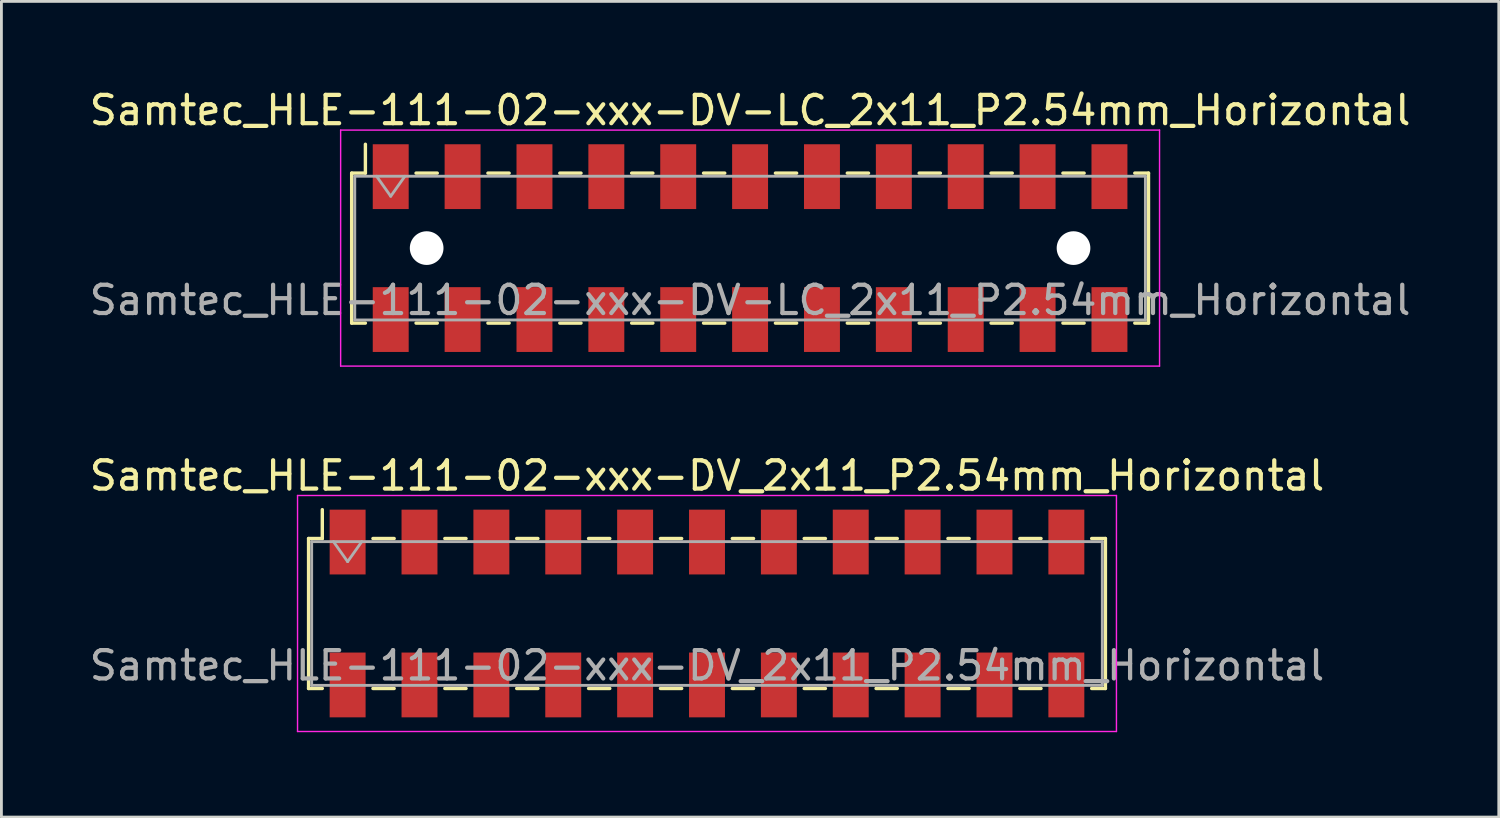
<source format=kicad_pcb>
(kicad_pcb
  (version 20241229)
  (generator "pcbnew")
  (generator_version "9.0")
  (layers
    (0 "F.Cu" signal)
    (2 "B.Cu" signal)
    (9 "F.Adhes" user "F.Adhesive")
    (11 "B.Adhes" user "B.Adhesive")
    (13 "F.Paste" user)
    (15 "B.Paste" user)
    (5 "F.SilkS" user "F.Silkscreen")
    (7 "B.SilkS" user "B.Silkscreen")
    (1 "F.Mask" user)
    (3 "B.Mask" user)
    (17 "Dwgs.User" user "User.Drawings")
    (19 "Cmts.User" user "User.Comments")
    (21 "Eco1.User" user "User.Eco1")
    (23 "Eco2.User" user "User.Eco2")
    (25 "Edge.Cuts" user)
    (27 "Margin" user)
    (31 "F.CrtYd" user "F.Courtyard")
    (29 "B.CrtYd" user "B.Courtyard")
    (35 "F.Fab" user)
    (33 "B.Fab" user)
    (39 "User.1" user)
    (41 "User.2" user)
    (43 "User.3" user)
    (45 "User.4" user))
  (footprint "Samtec_HLE-111-02-xxx-DV_2x11_P2.54mm_Horizontal"
    (layer "F.Cu")
    (at 21.935 18.631)
    (property "Reference" "Samtec_HLE-111-02-xxx-DV_2x11_P2.54mm_Horizontal" (at 0 -4.87 0) (layer "F.SilkS") (effects (font (size 1 1) (thickness 0.15))))
    (attr smd)
    (fp_line (start -14.08 -2.65) (end -14.08 2.65) (stroke (width 0.12) (type solid)) (layer "F.SilkS"))
    (fp_line (start -14.08 2.65) (end -13.595 2.65) (stroke (width 0.12) (type solid)) (layer "F.SilkS"))
    (fp_line (start -13.595 -3.67) (end -13.595 -2.65) (stroke (width 0.12) (type solid)) (layer "F.SilkS"))
    (fp_line (start -13.595 -2.65) (end -14.08 -2.65) (stroke (width 0.12) (type solid)) (layer "F.SilkS"))
    (fp_line (start -11.805 -2.65) (end -11.055 -2.65) (stroke (width 0.12) (type solid)) (layer "F.SilkS"))
    (fp_line (start -11.805 2.65) (end -11.055 2.65) (stroke (width 0.12) (type solid)) (layer "F.SilkS"))
    (fp_line (start -9.265 -2.65) (end -8.515 -2.65) (stroke (width 0.12) (type solid)) (layer "F.SilkS"))
    (fp_line (start -9.265 2.65) (end -8.515 2.65) (stroke (width 0.12) (type solid)) (layer "F.SilkS"))
    (fp_line (start -6.725 -2.65) (end -5.975 -2.65) (stroke (width 0.12) (type solid)) (layer "F.SilkS"))
    (fp_line (start -6.725 2.65) (end -5.975 2.65) (stroke (width 0.12) (type solid)) (layer "F.SilkS"))
    (fp_line (start -4.185 -2.65) (end -3.435 -2.65) (stroke (width 0.12) (type solid)) (layer "F.SilkS"))
    (fp_line (start -4.185 2.65) (end -3.435 2.65) (stroke (width 0.12) (type solid)) (layer "F.SilkS"))
    (fp_line (start -1.645 -2.65) (end -0.895 -2.65) (stroke (width 0.12) (type solid)) (layer "F.SilkS"))
    (fp_line (start -1.645 2.65) (end -0.895 2.65) (stroke (width 0.12) (type solid)) (layer "F.SilkS"))
    (fp_line (start 0.895 -2.65) (end 1.645 -2.65) (stroke (width 0.12) (type solid)) (layer "F.SilkS"))
    (fp_line (start 0.895 2.65) (end 1.645 2.65) (stroke (width 0.12) (type solid)) (layer "F.SilkS"))
    (fp_line (start 3.435 -2.65) (end 4.185 -2.65) (stroke (width 0.12) (type solid)) (layer "F.SilkS"))
    (fp_line (start 3.435 2.65) (end 4.185 2.65) (stroke (width 0.12) (type solid)) (layer "F.SilkS"))
    (fp_line (start 5.975 -2.65) (end 6.725 -2.65) (stroke (width 0.12) (type solid)) (layer "F.SilkS"))
    (fp_line (start 5.975 2.65) (end 6.725 2.65) (stroke (width 0.12) (type solid)) (layer "F.SilkS"))
    (fp_line (start 8.515 -2.65) (end 9.265 -2.65) (stroke (width 0.12) (type solid)) (layer "F.SilkS"))
    (fp_line (start 8.515 2.65) (end 9.265 2.65) (stroke (width 0.12) (type solid)) (layer "F.SilkS"))
    (fp_line (start 11.055 -2.65) (end 11.805 -2.65) (stroke (width 0.12) (type solid)) (layer "F.SilkS"))
    (fp_line (start 11.055 2.65) (end 11.805 2.65) (stroke (width 0.12) (type solid)) (layer "F.SilkS"))
    (fp_line (start 13.595 -2.65) (end 14.08 -2.65) (stroke (width 0.12) (type solid)) (layer "F.SilkS"))
    (fp_line (start 14.08 -2.65) (end 14.08 2.65) (stroke (width 0.12) (type solid)) (layer "F.SilkS"))
    (fp_line (start 14.08 2.65) (end 13.595 2.65) (stroke (width 0.12) (type solid)) (layer "F.SilkS"))
    (fp_line (start -14.47 -4.17) (end 14.47 -4.17) (stroke (width 0.05) (type solid)) (layer "F.CrtYd"))
    (fp_line (start -14.47 4.17) (end -14.47 -4.17) (stroke (width 0.05) (type solid)) (layer "F.CrtYd"))
    (fp_line (start 14.47 -4.17) (end 14.47 4.17) (stroke (width 0.05) (type solid)) (layer "F.CrtYd"))
    (fp_line (start 14.47 4.17) (end -14.47 4.17) (stroke (width 0.05) (type solid)) (layer "F.CrtYd"))
    (fp_line (start -13.97 -2.54) (end 13.97 -2.54) (stroke (width 0.1) (type solid)) (layer "F.Fab"))
    (fp_line (start -13.97 2.54) (end -13.97 -2.54) (stroke (width 0.1) (type solid)) (layer "F.Fab"))
    (fp_line (start -13.2 -2.54) (end -12.7 -1.833) (stroke (width 0.1) (type solid)) (layer "F.Fab"))
    (fp_line (start -12.7 -1.833) (end -12.2 -2.54) (stroke (width 0.1) (type solid)) (layer "F.Fab"))
    (fp_line (start 13.97 -2.54) (end 13.97 2.54) (stroke (width 0.1) (type solid)) (layer "F.Fab"))
    (fp_line (start 13.97 2.54) (end -13.97 2.54) (stroke (width 0.1) (type solid)) (layer "F.Fab"))
    (fp_text user "${REFERENCE}" (at 0 1.84 0) (layer "F.Fab") (effects (font (size 1 1) (thickness 0.15))))
    (pad "1" smd rect (at -12.7 -2.525) (size 1.27 2.29) (layers "F.Cu" "F.Mask" "F.Paste"))
    (pad "2" smd rect (at -12.7 2.525) (size 1.27 2.29) (layers "F.Cu" "F.Mask" "F.Paste"))
    (pad "3" smd rect (at -10.16 -2.525) (size 1.27 2.29) (layers "F.Cu" "F.Mask" "F.Paste"))
    (pad "4" smd rect (at -10.16 2.525) (size 1.27 2.29) (layers "F.Cu" "F.Mask" "F.Paste"))
    (pad "5" smd rect (at -7.62 -2.525) (size 1.27 2.29) (layers "F.Cu" "F.Mask" "F.Paste"))
    (pad "6" smd rect (at -7.62 2.525) (size 1.27 2.29) (layers "F.Cu" "F.Mask" "F.Paste"))
    (pad "7" smd rect (at -5.08 -2.525) (size 1.27 2.29) (layers "F.Cu" "F.Mask" "F.Paste"))
    (pad "8" smd rect (at -5.08 2.525) (size 1.27 2.29) (layers "F.Cu" "F.Mask" "F.Paste"))
    (pad "9" smd rect (at -2.54 -2.525) (size 1.27 2.29) (layers "F.Cu" "F.Mask" "F.Paste"))
    (pad "10" smd rect (at -2.54 2.525) (size 1.27 2.29) (layers "F.Cu" "F.Mask" "F.Paste"))
    (pad "11" smd rect (at 0 -2.525) (size 1.27 2.29) (layers "F.Cu" "F.Mask" "F.Paste"))
    (pad "12" smd rect (at 0 2.525) (size 1.27 2.29) (layers "F.Cu" "F.Mask" "F.Paste"))
    (pad "13" smd rect (at 2.54 -2.525) (size 1.27 2.29) (layers "F.Cu" "F.Mask" "F.Paste"))
    (pad "14" smd rect (at 2.54 2.525) (size 1.27 2.29) (layers "F.Cu" "F.Mask" "F.Paste"))
    (pad "15" smd rect (at 5.08 -2.525) (size 1.27 2.29) (layers "F.Cu" "F.Mask" "F.Paste"))
    (pad "16" smd rect (at 5.08 2.525) (size 1.27 2.29) (layers "F.Cu" "F.Mask" "F.Paste"))
    (pad "17" smd rect (at 7.62 -2.525) (size 1.27 2.29) (layers "F.Cu" "F.Mask" "F.Paste"))
    (pad "18" smd rect (at 7.62 2.525) (size 1.27 2.29) (layers "F.Cu" "F.Mask" "F.Paste"))
    (pad "19" smd rect (at 10.16 -2.525) (size 1.27 2.29) (layers "F.Cu" "F.Mask" "F.Paste"))
    (pad "20" smd rect (at 10.16 2.525) (size 1.27 2.29) (layers "F.Cu" "F.Mask" "F.Paste"))
    (pad "21" smd rect (at 12.7 -2.525) (size 1.27 2.29) (layers "F.Cu" "F.Mask" "F.Paste"))
    (pad "22" smd rect (at 12.7 2.525) (size 1.27 2.29) (layers "F.Cu" "F.Mask" "F.Paste")))
  (footprint "Samtec_HLE-111-02-xxx-DV-LC_2x11_P2.54mm_Horizontal"
    (layer "F.Cu")
    (at 23.458 5.718)
    (property "Reference" "Samtec_HLE-111-02-xxx-DV-LC_2x11_P2.54mm_Horizontal" (at 0 -4.87 0) (layer "F.SilkS") (effects (font (size 1 1) (thickness 0.15))))
    (attr smd)
    (fp_line (start -14.08 -2.65) (end -14.08 2.65) (stroke (width 0.12) (type solid)) (layer "F.SilkS"))
    (fp_line (start -14.08 2.65) (end -13.595 2.65) (stroke (width 0.12) (type solid)) (layer "F.SilkS"))
    (fp_line (start -13.595 -3.67) (end -13.595 -2.65) (stroke (width 0.12) (type solid)) (layer "F.SilkS"))
    (fp_line (start -13.595 -2.65) (end -14.08 -2.65) (stroke (width 0.12) (type solid)) (layer "F.SilkS"))
    (fp_line (start -11.805 -2.65) (end -11.055 -2.65) (stroke (width 0.12) (type solid)) (layer "F.SilkS"))
    (fp_line (start -11.805 2.65) (end -11.055 2.65) (stroke (width 0.12) (type solid)) (layer "F.SilkS"))
    (fp_line (start -9.265 -2.65) (end -8.515 -2.65) (stroke (width 0.12) (type solid)) (layer "F.SilkS"))
    (fp_line (start -9.265 2.65) (end -8.515 2.65) (stroke (width 0.12) (type solid)) (layer "F.SilkS"))
    (fp_line (start -6.725 -2.65) (end -5.975 -2.65) (stroke (width 0.12) (type solid)) (layer "F.SilkS"))
    (fp_line (start -6.725 2.65) (end -5.975 2.65) (stroke (width 0.12) (type solid)) (layer "F.SilkS"))
    (fp_line (start -4.185 -2.65) (end -3.435 -2.65) (stroke (width 0.12) (type solid)) (layer "F.SilkS"))
    (fp_line (start -4.185 2.65) (end -3.435 2.65) (stroke (width 0.12) (type solid)) (layer "F.SilkS"))
    (fp_line (start -1.645 -2.65) (end -0.895 -2.65) (stroke (width 0.12) (type solid)) (layer "F.SilkS"))
    (fp_line (start -1.645 2.65) (end -0.895 2.65) (stroke (width 0.12) (type solid)) (layer "F.SilkS"))
    (fp_line (start 0.895 -2.65) (end 1.645 -2.65) (stroke (width 0.12) (type solid)) (layer "F.SilkS"))
    (fp_line (start 0.895 2.65) (end 1.645 2.65) (stroke (width 0.12) (type solid)) (layer "F.SilkS"))
    (fp_line (start 3.435 -2.65) (end 4.185 -2.65) (stroke (width 0.12) (type solid)) (layer "F.SilkS"))
    (fp_line (start 3.435 2.65) (end 4.185 2.65) (stroke (width 0.12) (type solid)) (layer "F.SilkS"))
    (fp_line (start 5.975 -2.65) (end 6.725 -2.65) (stroke (width 0.12) (type solid)) (layer "F.SilkS"))
    (fp_line (start 5.975 2.65) (end 6.725 2.65) (stroke (width 0.12) (type solid)) (layer "F.SilkS"))
    (fp_line (start 8.515 -2.65) (end 9.265 -2.65) (stroke (width 0.12) (type solid)) (layer "F.SilkS"))
    (fp_line (start 8.515 2.65) (end 9.265 2.65) (stroke (width 0.12) (type solid)) (layer "F.SilkS"))
    (fp_line (start 11.055 -2.65) (end 11.805 -2.65) (stroke (width 0.12) (type solid)) (layer "F.SilkS"))
    (fp_line (start 11.055 2.65) (end 11.805 2.65) (stroke (width 0.12) (type solid)) (layer "F.SilkS"))
    (fp_line (start 13.595 -2.65) (end 14.08 -2.65) (stroke (width 0.12) (type solid)) (layer "F.SilkS"))
    (fp_line (start 14.08 -2.65) (end 14.08 2.65) (stroke (width 0.12) (type solid)) (layer "F.SilkS"))
    (fp_line (start 14.08 2.65) (end 13.595 2.65) (stroke (width 0.12) (type solid)) (layer "F.SilkS"))
    (fp_line (start -14.47 -4.17) (end 14.47 -4.17) (stroke (width 0.05) (type solid)) (layer "F.CrtYd"))
    (fp_line (start -14.47 4.17) (end -14.47 -4.17) (stroke (width 0.05) (type solid)) (layer "F.CrtYd"))
    (fp_line (start 14.47 -4.17) (end 14.47 4.17) (stroke (width 0.05) (type solid)) (layer "F.CrtYd"))
    (fp_line (start 14.47 4.17) (end -14.47 4.17) (stroke (width 0.05) (type solid)) (layer "F.CrtYd"))
    (fp_line (start -13.97 -2.54) (end 13.97 -2.54) (stroke (width 0.1) (type solid)) (layer "F.Fab"))
    (fp_line (start -13.97 2.54) (end -13.97 -2.54) (stroke (width 0.1) (type solid)) (layer "F.Fab"))
    (fp_line (start -13.2 -2.54) (end -12.7 -1.833) (stroke (width 0.1) (type solid)) (layer "F.Fab"))
    (fp_line (start -12.7 -1.833) (end -12.2 -2.54) (stroke (width 0.1) (type solid)) (layer "F.Fab"))
    (fp_line (start 13.97 -2.54) (end 13.97 2.54) (stroke (width 0.1) (type solid)) (layer "F.Fab"))
    (fp_line (start 13.97 2.54) (end -13.97 2.54) (stroke (width 0.1) (type solid)) (layer "F.Fab"))
    (fp_text user "${REFERENCE}" (at 0 1.84 0) (layer "F.Fab") (effects (font (size 1 1) (thickness 0.15))))
    (pad "" np_thru_hole circle (at -11.43 0) (size 1.19 1.19) (drill 1.19) (layers "*.Cu" "*.Mask"))
    (pad "" np_thru_hole circle (at 11.43 0) (size 1.19 1.19) (drill 1.19) (layers "*.Cu" "*.Mask"))
    (pad "1" smd rect (at -12.7 -2.525) (size 1.27 2.29) (layers "F.Cu" "F.Mask" "F.Paste"))
    (pad "2" smd rect (at -12.7 2.525) (size 1.27 2.29) (layers "F.Cu" "F.Mask" "F.Paste"))
    (pad "3" smd rect (at -10.16 -2.525) (size 1.27 2.29) (layers "F.Cu" "F.Mask" "F.Paste"))
    (pad "4" smd rect (at -10.16 2.525) (size 1.27 2.29) (layers "F.Cu" "F.Mask" "F.Paste"))
    (pad "5" smd rect (at -7.62 -2.525) (size 1.27 2.29) (layers "F.Cu" "F.Mask" "F.Paste"))
    (pad "6" smd rect (at -7.62 2.525) (size 1.27 2.29) (layers "F.Cu" "F.Mask" "F.Paste"))
    (pad "7" smd rect (at -5.08 -2.525) (size 1.27 2.29) (layers "F.Cu" "F.Mask" "F.Paste"))
    (pad "8" smd rect (at -5.08 2.525) (size 1.27 2.29) (layers "F.Cu" "F.Mask" "F.Paste"))
    (pad "9" smd rect (at -2.54 -2.525) (size 1.27 2.29) (layers "F.Cu" "F.Mask" "F.Paste"))
    (pad "10" smd rect (at -2.54 2.525) (size 1.27 2.29) (layers "F.Cu" "F.Mask" "F.Paste"))
    (pad "11" smd rect (at 0 -2.525) (size 1.27 2.29) (layers "F.Cu" "F.Mask" "F.Paste"))
    (pad "12" smd rect (at 0 2.525) (size 1.27 2.29) (layers "F.Cu" "F.Mask" "F.Paste"))
    (pad "13" smd rect (at 2.54 -2.525) (size 1.27 2.29) (layers "F.Cu" "F.Mask" "F.Paste"))
    (pad "14" smd rect (at 2.54 2.525) (size 1.27 2.29) (layers "F.Cu" "F.Mask" "F.Paste"))
    (pad "15" smd rect (at 5.08 -2.525) (size 1.27 2.29) (layers "F.Cu" "F.Mask" "F.Paste"))
    (pad "16" smd rect (at 5.08 2.525) (size 1.27 2.29) (layers "F.Cu" "F.Mask" "F.Paste"))
    (pad "17" smd rect (at 7.62 -2.525) (size 1.27 2.29) (layers "F.Cu" "F.Mask" "F.Paste"))
    (pad "18" smd rect (at 7.62 2.525) (size 1.27 2.29) (layers "F.Cu" "F.Mask" "F.Paste"))
    (pad "19" smd rect (at 10.16 -2.525) (size 1.27 2.29) (layers "F.Cu" "F.Mask" "F.Paste"))
    (pad "20" smd rect (at 10.16 2.525) (size 1.27 2.29) (layers "F.Cu" "F.Mask" "F.Paste"))
    (pad "21" smd rect (at 12.7 -2.525) (size 1.27 2.29) (layers "F.Cu" "F.Mask" "F.Paste"))
    (pad "22" smd rect (at 12.7 2.525) (size 1.27 2.29) (layers "F.Cu" "F.Mask" "F.Paste")))
  (gr_rect
    (start -3 -3)
    (end 49.917 25.826)
    (stroke (width 0.1) (type default))
    (fill no)
    (layer "Edge.Cuts")))
</source>
